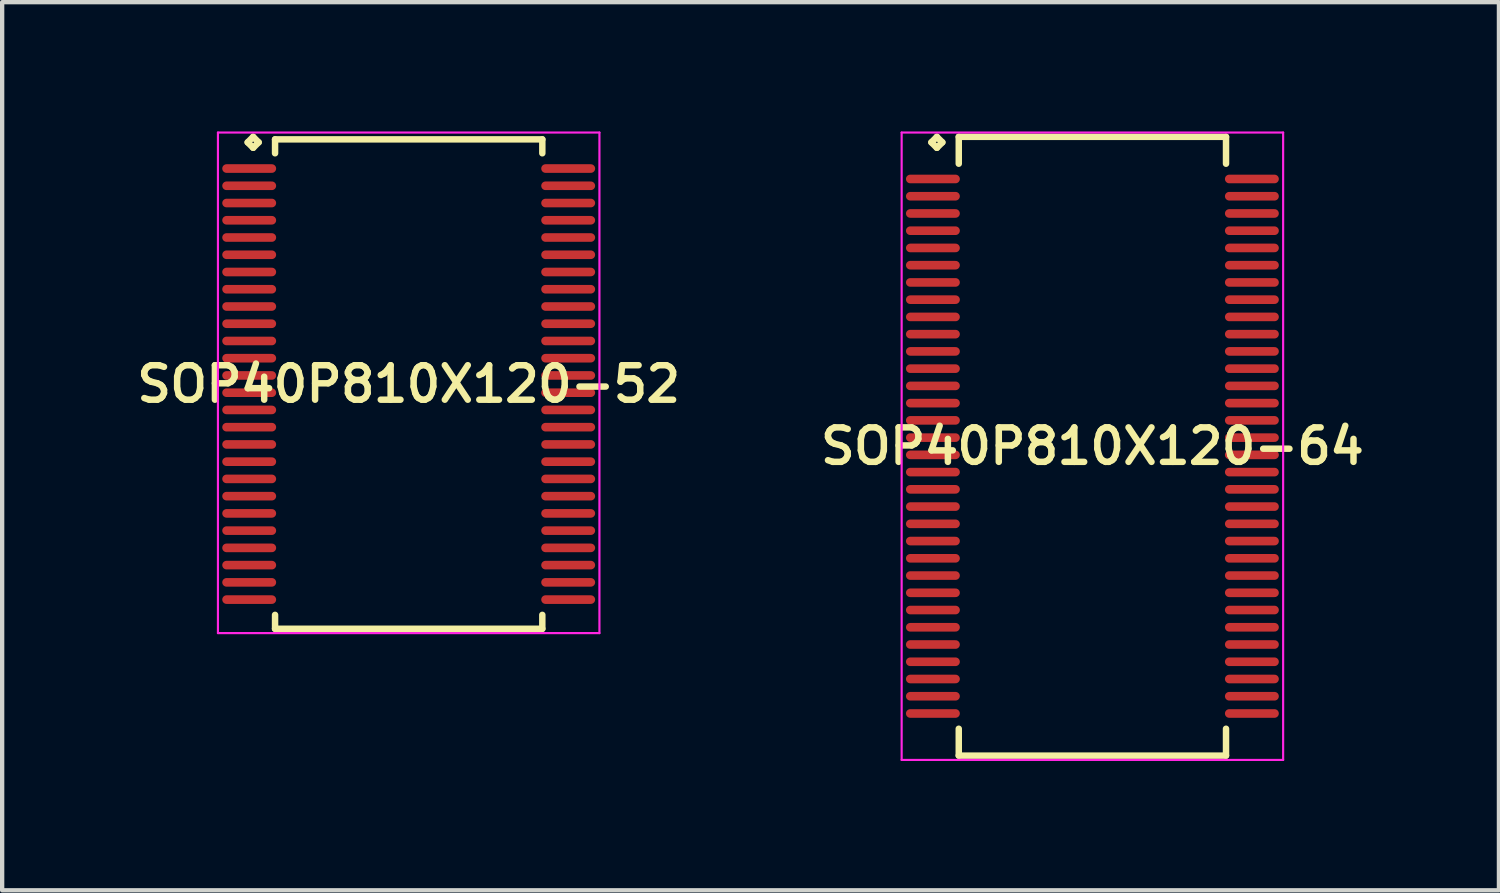
<source format=kicad_pcb>
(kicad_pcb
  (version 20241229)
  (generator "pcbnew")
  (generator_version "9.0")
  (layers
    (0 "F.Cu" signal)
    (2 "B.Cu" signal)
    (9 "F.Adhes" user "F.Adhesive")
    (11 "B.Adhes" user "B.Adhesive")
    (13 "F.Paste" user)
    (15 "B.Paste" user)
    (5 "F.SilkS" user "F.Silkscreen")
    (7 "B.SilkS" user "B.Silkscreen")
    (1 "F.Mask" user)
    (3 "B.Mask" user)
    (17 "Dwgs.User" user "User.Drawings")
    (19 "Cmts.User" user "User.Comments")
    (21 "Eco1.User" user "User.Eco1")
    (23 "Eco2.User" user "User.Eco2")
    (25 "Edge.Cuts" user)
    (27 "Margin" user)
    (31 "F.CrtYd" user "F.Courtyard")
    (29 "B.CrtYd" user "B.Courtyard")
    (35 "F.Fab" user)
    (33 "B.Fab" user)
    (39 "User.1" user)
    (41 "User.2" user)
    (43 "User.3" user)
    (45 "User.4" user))
  (footprint "SOP40P810X120-52"
    (layer "F.Cu")
    (at 6.431 5.86)
    (property "Reference" "SOP40P810X120-52" (at 0 0 0) (layer "F.SilkS") (effects (font (size 0.8 0.8) (thickness 0.15))))
    (attr smd)
    (fp_line (start -3.735 -5.608) (end -3.608 -5.735) (stroke (width 0.15) (type solid)) (layer "F.SilkS"))
    (fp_line (start -3.608 -5.735) (end -3.481 -5.608) (stroke (width 0.15) (type solid)) (layer "F.SilkS"))
    (fp_line (start -3.608 -5.481) (end -3.735 -5.608) (stroke (width 0.15) (type solid)) (layer "F.SilkS"))
    (fp_line (start -3.481 -5.608) (end -3.608 -5.481) (stroke (width 0.15) (type solid)) (layer "F.SilkS"))
    (fp_line (start -3.1 -5.677) (end 3.1 -5.677) (stroke (width 0.15) (type solid)) (layer "F.SilkS"))
    (fp_line (start -3.1 -5.354) (end -3.1 -5.677) (stroke (width 0.15) (type solid)) (layer "F.SilkS"))
    (fp_line (start -3.1 5.354) (end -3.1 5.677) (stroke (width 0.15) (type solid)) (layer "F.SilkS"))
    (fp_line (start -3.1 5.677) (end 3.1 5.677) (stroke (width 0.15) (type solid)) (layer "F.SilkS"))
    (fp_line (start 3.1 -5.677) (end 3.1 -5.354) (stroke (width 0.15) (type solid)) (layer "F.SilkS"))
    (fp_line (start 3.1 5.677) (end 3.1 5.354) (stroke (width 0.15) (type solid)) (layer "F.SilkS"))
    (fp_line (start -4.425 -5.835) (end 4.425 -5.835) (stroke (width 0.05) (type solid)) (layer "F.CrtYd"))
    (fp_line (start -4.425 5.777) (end -4.425 -5.835) (stroke (width 0.05) (type solid)) (layer "F.CrtYd"))
    (fp_line (start 4.425 -5.835) (end 4.425 5.777) (stroke (width 0.05) (type solid)) (layer "F.CrtYd"))
    (fp_line (start 4.425 5.777) (end -4.425 5.777) (stroke (width 0.05) (type solid)) (layer "F.CrtYd"))
    (pad "1" smd oval (at -3.7 -5) (size 1.25 0.2) (layers "F.Cu" "F.Mask" "F.Paste"))
    (pad "2" smd oval (at -3.7 -4.6) (size 1.25 0.2) (layers "F.Cu" "F.Mask" "F.Paste"))
    (pad "3" smd oval (at -3.7 -4.2) (size 1.25 0.2) (layers "F.Cu" "F.Mask" "F.Paste"))
    (pad "4" smd oval (at -3.7 -3.8) (size 1.25 0.2) (layers "F.Cu" "F.Mask" "F.Paste"))
    (pad "5" smd oval (at -3.7 -3.4) (size 1.25 0.2) (layers "F.Cu" "F.Mask" "F.Paste"))
    (pad "6" smd oval (at -3.7 -3) (size 1.25 0.2) (layers "F.Cu" "F.Mask" "F.Paste"))
    (pad "7" smd oval (at -3.7 -2.6) (size 1.25 0.2) (layers "F.Cu" "F.Mask" "F.Paste"))
    (pad "8" smd oval (at -3.7 -2.2) (size 1.25 0.2) (layers "F.Cu" "F.Mask" "F.Paste"))
    (pad "9" smd oval (at -3.7 -1.8) (size 1.25 0.2) (layers "F.Cu" "F.Mask" "F.Paste"))
    (pad "10" smd oval (at -3.7 -1.4) (size 1.25 0.2) (layers "F.Cu" "F.Mask" "F.Paste"))
    (pad "11" smd oval (at -3.7 -1) (size 1.25 0.2) (layers "F.Cu" "F.Mask" "F.Paste"))
    (pad "12" smd oval (at -3.7 -0.6) (size 1.25 0.2) (layers "F.Cu" "F.Mask" "F.Paste"))
    (pad "13" smd oval (at -3.7 -0.2) (size 1.25 0.2) (layers "F.Cu" "F.Mask" "F.Paste"))
    (pad "14" smd oval (at -3.7 0.2) (size 1.25 0.2) (layers "F.Cu" "F.Mask" "F.Paste"))
    (pad "15" smd oval (at -3.7 0.6) (size 1.25 0.2) (layers "F.Cu" "F.Mask" "F.Paste"))
    (pad "16" smd oval (at -3.7 1) (size 1.25 0.2) (layers "F.Cu" "F.Mask" "F.Paste"))
    (pad "17" smd oval (at -3.7 1.4) (size 1.25 0.2) (layers "F.Cu" "F.Mask" "F.Paste"))
    (pad "18" smd oval (at -3.7 1.8) (size 1.25 0.2) (layers "F.Cu" "F.Mask" "F.Paste"))
    (pad "19" smd oval (at -3.7 2.2) (size 1.25 0.2) (layers "F.Cu" "F.Mask" "F.Paste"))
    (pad "20" smd oval (at -3.7 2.6) (size 1.25 0.2) (layers "F.Cu" "F.Mask" "F.Paste"))
    (pad "21" smd oval (at -3.7 3) (size 1.25 0.2) (layers "F.Cu" "F.Mask" "F.Paste"))
    (pad "22" smd oval (at -3.7 3.4) (size 1.25 0.2) (layers "F.Cu" "F.Mask" "F.Paste"))
    (pad "23" smd oval (at -3.7 3.8) (size 1.25 0.2) (layers "F.Cu" "F.Mask" "F.Paste"))
    (pad "24" smd oval (at -3.7 4.2) (size 1.25 0.2) (layers "F.Cu" "F.Mask" "F.Paste"))
    (pad "25" smd oval (at -3.7 4.6) (size 1.25 0.2) (layers "F.Cu" "F.Mask" "F.Paste"))
    (pad "26" smd oval (at -3.7 5) (size 1.25 0.2) (layers "F.Cu" "F.Mask" "F.Paste"))
    (pad "27" smd oval (at 3.7 5) (size 1.25 0.2) (layers "F.Cu" "F.Mask" "F.Paste"))
    (pad "28" smd oval (at 3.7 4.6) (size 1.25 0.2) (layers "F.Cu" "F.Mask" "F.Paste"))
    (pad "29" smd oval (at 3.7 4.2) (size 1.25 0.2) (layers "F.Cu" "F.Mask" "F.Paste"))
    (pad "30" smd oval (at 3.7 3.8) (size 1.25 0.2) (layers "F.Cu" "F.Mask" "F.Paste"))
    (pad "31" smd oval (at 3.7 3.4) (size 1.25 0.2) (layers "F.Cu" "F.Mask" "F.Paste"))
    (pad "32" smd oval (at 3.7 3) (size 1.25 0.2) (layers "F.Cu" "F.Mask" "F.Paste"))
    (pad "33" smd oval (at 3.7 2.6) (size 1.25 0.2) (layers "F.Cu" "F.Mask" "F.Paste"))
    (pad "34" smd oval (at 3.7 2.2) (size 1.25 0.2) (layers "F.Cu" "F.Mask" "F.Paste"))
    (pad "35" smd oval (at 3.7 1.8) (size 1.25 0.2) (layers "F.Cu" "F.Mask" "F.Paste"))
    (pad "36" smd oval (at 3.7 1.4) (size 1.25 0.2) (layers "F.Cu" "F.Mask" "F.Paste"))
    (pad "37" smd oval (at 3.7 1) (size 1.25 0.2) (layers "F.Cu" "F.Mask" "F.Paste"))
    (pad "38" smd oval (at 3.7 0.6) (size 1.25 0.2) (layers "F.Cu" "F.Mask" "F.Paste"))
    (pad "39" smd oval (at 3.7 0.2) (size 1.25 0.2) (layers "F.Cu" "F.Mask" "F.Paste"))
    (pad "40" smd oval (at 3.7 -0.2) (size 1.25 0.2) (layers "F.Cu" "F.Mask" "F.Paste"))
    (pad "41" smd oval (at 3.7 -0.6) (size 1.25 0.2) (layers "F.Cu" "F.Mask" "F.Paste"))
    (pad "42" smd oval (at 3.7 -1) (size 1.25 0.2) (layers "F.Cu" "F.Mask" "F.Paste"))
    (pad "43" smd oval (at 3.7 -1.4) (size 1.25 0.2) (layers "F.Cu" "F.Mask" "F.Paste"))
    (pad "44" smd oval (at 3.7 -1.8) (size 1.25 0.2) (layers "F.Cu" "F.Mask" "F.Paste"))
    (pad "45" smd oval (at 3.7 -2.2) (size 1.25 0.2) (layers "F.Cu" "F.Mask" "F.Paste"))
    (pad "46" smd oval (at 3.7 -2.6) (size 1.25 0.2) (layers "F.Cu" "F.Mask" "F.Paste"))
    (pad "47" smd oval (at 3.7 -3) (size 1.25 0.2) (layers "F.Cu" "F.Mask" "F.Paste"))
    (pad "48" smd oval (at 3.7 -3.4) (size 1.25 0.2) (layers "F.Cu" "F.Mask" "F.Paste"))
    (pad "49" smd oval (at 3.7 -3.8) (size 1.25 0.2) (layers "F.Cu" "F.Mask" "F.Paste"))
    (pad "50" smd oval (at 3.7 -4.2) (size 1.25 0.2) (layers "F.Cu" "F.Mask" "F.Paste"))
    (pad "51" smd oval (at 3.7 -4.6) (size 1.25 0.2) (layers "F.Cu" "F.Mask" "F.Paste"))
    (pad "52" smd oval (at 3.7 -5) (size 1.25 0.2) (layers "F.Cu" "F.Mask" "F.Paste")))
  (footprint "SOP40P810X120-64"
    (layer "F.Cu")
    (at 22.292 7.302)
    (property "Reference" "SOP40P810X120-64" (at 0 0 0) (layer "F.SilkS") (effects (font (size 0.8 0.8) (thickness 0.15))))
    (attr smd)
    (fp_line (start -3.735 -7.05) (end -3.608 -7.177) (stroke (width 0.15) (type solid)) (layer "F.SilkS"))
    (fp_line (start -3.608 -7.177) (end -3.481 -7.05) (stroke (width 0.15) (type solid)) (layer "F.SilkS"))
    (fp_line (start -3.608 -6.923) (end -3.735 -7.05) (stroke (width 0.15) (type solid)) (layer "F.SilkS"))
    (fp_line (start -3.481 -7.05) (end -3.608 -6.923) (stroke (width 0.15) (type solid)) (layer "F.SilkS"))
    (fp_line (start -3.1 -7.177) (end 3.1 -7.177) (stroke (width 0.15) (type solid)) (layer "F.SilkS"))
    (fp_line (start -3.1 -6.554) (end -3.1 -7.177) (stroke (width 0.15) (type solid)) (layer "F.SilkS"))
    (fp_line (start -3.1 6.554) (end -3.1 7.177) (stroke (width 0.15) (type solid)) (layer "F.SilkS"))
    (fp_line (start -3.1 7.177) (end 3.1 7.177) (stroke (width 0.15) (type solid)) (layer "F.SilkS"))
    (fp_line (start 3.1 -7.177) (end 3.1 -6.554) (stroke (width 0.15) (type solid)) (layer "F.SilkS"))
    (fp_line (start 3.1 7.177) (end 3.1 6.554) (stroke (width 0.15) (type solid)) (layer "F.SilkS"))
    (fp_line (start -4.425 -7.277) (end 4.425 -7.277) (stroke (width 0.05) (type solid)) (layer "F.CrtYd"))
    (fp_line (start -4.425 7.277) (end -4.425 -7.277) (stroke (width 0.05) (type solid)) (layer "F.CrtYd"))
    (fp_line (start 4.425 -7.277) (end 4.425 7.277) (stroke (width 0.05) (type solid)) (layer "F.CrtYd"))
    (fp_line (start 4.425 7.277) (end -4.425 7.277) (stroke (width 0.05) (type solid)) (layer "F.CrtYd"))
    (pad "1" smd oval (at -3.7 -6.2) (size 1.25 0.2) (layers "F.Cu" "F.Mask" "F.Paste"))
    (pad "2" smd oval (at -3.7 -5.8) (size 1.25 0.2) (layers "F.Cu" "F.Mask" "F.Paste"))
    (pad "3" smd oval (at -3.7 -5.4) (size 1.25 0.2) (layers "F.Cu" "F.Mask" "F.Paste"))
    (pad "4" smd oval (at -3.7 -5) (size 1.25 0.2) (layers "F.Cu" "F.Mask" "F.Paste"))
    (pad "5" smd oval (at -3.7 -4.6) (size 1.25 0.2) (layers "F.Cu" "F.Mask" "F.Paste"))
    (pad "6" smd oval (at -3.7 -4.2) (size 1.25 0.2) (layers "F.Cu" "F.Mask" "F.Paste"))
    (pad "7" smd oval (at -3.7 -3.8) (size 1.25 0.2) (layers "F.Cu" "F.Mask" "F.Paste"))
    (pad "8" smd oval (at -3.7 -3.4) (size 1.25 0.2) (layers "F.Cu" "F.Mask" "F.Paste"))
    (pad "9" smd oval (at -3.7 -3) (size 1.25 0.2) (layers "F.Cu" "F.Mask" "F.Paste"))
    (pad "10" smd oval (at -3.7 -2.6) (size 1.25 0.2) (layers "F.Cu" "F.Mask" "F.Paste"))
    (pad "11" smd oval (at -3.7 -2.2) (size 1.25 0.2) (layers "F.Cu" "F.Mask" "F.Paste"))
    (pad "12" smd oval (at -3.7 -1.8) (size 1.25 0.2) (layers "F.Cu" "F.Mask" "F.Paste"))
    (pad "13" smd oval (at -3.7 -1.4) (size 1.25 0.2) (layers "F.Cu" "F.Mask" "F.Paste"))
    (pad "14" smd oval (at -3.7 -1) (size 1.25 0.2) (layers "F.Cu" "F.Mask" "F.Paste"))
    (pad "15" smd oval (at -3.7 -0.6) (size 1.25 0.2) (layers "F.Cu" "F.Mask" "F.Paste"))
    (pad "16" smd oval (at -3.7 -0.2) (size 1.25 0.2) (layers "F.Cu" "F.Mask" "F.Paste"))
    (pad "17" smd oval (at -3.7 0.2) (size 1.25 0.2) (layers "F.Cu" "F.Mask" "F.Paste"))
    (pad "18" smd oval (at -3.7 0.6) (size 1.25 0.2) (layers "F.Cu" "F.Mask" "F.Paste"))
    (pad "19" smd oval (at -3.7 1) (size 1.25 0.2) (layers "F.Cu" "F.Mask" "F.Paste"))
    (pad "20" smd oval (at -3.7 1.4) (size 1.25 0.2) (layers "F.Cu" "F.Mask" "F.Paste"))
    (pad "21" smd oval (at -3.7 1.8) (size 1.25 0.2) (layers "F.Cu" "F.Mask" "F.Paste"))
    (pad "22" smd oval (at -3.7 2.2) (size 1.25 0.2) (layers "F.Cu" "F.Mask" "F.Paste"))
    (pad "23" smd oval (at -3.7 2.6) (size 1.25 0.2) (layers "F.Cu" "F.Mask" "F.Paste"))
    (pad "24" smd oval (at -3.7 3) (size 1.25 0.2) (layers "F.Cu" "F.Mask" "F.Paste"))
    (pad "25" smd oval (at -3.7 3.4) (size 1.25 0.2) (layers "F.Cu" "F.Mask" "F.Paste"))
    (pad "26" smd oval (at -3.7 3.8) (size 1.25 0.2) (layers "F.Cu" "F.Mask" "F.Paste"))
    (pad "27" smd oval (at -3.7 4.2) (size 1.25 0.2) (layers "F.Cu" "F.Mask" "F.Paste"))
    (pad "28" smd oval (at -3.7 4.6) (size 1.25 0.2) (layers "F.Cu" "F.Mask" "F.Paste"))
    (pad "29" smd oval (at -3.7 5) (size 1.25 0.2) (layers "F.Cu" "F.Mask" "F.Paste"))
    (pad "30" smd oval (at -3.7 5.4) (size 1.25 0.2) (layers "F.Cu" "F.Mask" "F.Paste"))
    (pad "31" smd oval (at -3.7 5.8) (size 1.25 0.2) (layers "F.Cu" "F.Mask" "F.Paste"))
    (pad "32" smd oval (at -3.7 6.2) (size 1.25 0.2) (layers "F.Cu" "F.Mask" "F.Paste"))
    (pad "33" smd oval (at 3.7 6.2) (size 1.25 0.2) (layers "F.Cu" "F.Mask" "F.Paste"))
    (pad "34" smd oval (at 3.7 5.8) (size 1.25 0.2) (layers "F.Cu" "F.Mask" "F.Paste"))
    (pad "35" smd oval (at 3.7 5.4) (size 1.25 0.2) (layers "F.Cu" "F.Mask" "F.Paste"))
    (pad "36" smd oval (at 3.7 5) (size 1.25 0.2) (layers "F.Cu" "F.Mask" "F.Paste"))
    (pad "37" smd oval (at 3.7 4.6) (size 1.25 0.2) (layers "F.Cu" "F.Mask" "F.Paste"))
    (pad "38" smd oval (at 3.7 4.2) (size 1.25 0.2) (layers "F.Cu" "F.Mask" "F.Paste"))
    (pad "39" smd oval (at 3.7 3.8) (size 1.25 0.2) (layers "F.Cu" "F.Mask" "F.Paste"))
    (pad "40" smd oval (at 3.7 3.4) (size 1.25 0.2) (layers "F.Cu" "F.Mask" "F.Paste"))
    (pad "41" smd oval (at 3.7 3) (size 1.25 0.2) (layers "F.Cu" "F.Mask" "F.Paste"))
    (pad "42" smd oval (at 3.7 2.6) (size 1.25 0.2) (layers "F.Cu" "F.Mask" "F.Paste"))
    (pad "43" smd oval (at 3.7 2.2) (size 1.25 0.2) (layers "F.Cu" "F.Mask" "F.Paste"))
    (pad "44" smd oval (at 3.7 1.8) (size 1.25 0.2) (layers "F.Cu" "F.Mask" "F.Paste"))
    (pad "45" smd oval (at 3.7 1.4) (size 1.25 0.2) (layers "F.Cu" "F.Mask" "F.Paste"))
    (pad "46" smd oval (at 3.7 1) (size 1.25 0.2) (layers "F.Cu" "F.Mask" "F.Paste"))
    (pad "47" smd oval (at 3.7 0.6) (size 1.25 0.2) (layers "F.Cu" "F.Mask" "F.Paste"))
    (pad "48" smd oval (at 3.7 0.2) (size 1.25 0.2) (layers "F.Cu" "F.Mask" "F.Paste"))
    (pad "49" smd oval (at 3.7 -0.2) (size 1.25 0.2) (layers "F.Cu" "F.Mask" "F.Paste"))
    (pad "50" smd oval (at 3.7 -0.6) (size 1.25 0.2) (layers "F.Cu" "F.Mask" "F.Paste"))
    (pad "51" smd oval (at 3.7 -1) (size 1.25 0.2) (layers "F.Cu" "F.Mask" "F.Paste"))
    (pad "52" smd oval (at 3.7 -1.4) (size 1.25 0.2) (layers "F.Cu" "F.Mask" "F.Paste"))
    (pad "53" smd oval (at 3.7 -1.8) (size 1.25 0.2) (layers "F.Cu" "F.Mask" "F.Paste"))
    (pad "54" smd oval (at 3.7 -2.2) (size 1.25 0.2) (layers "F.Cu" "F.Mask" "F.Paste"))
    (pad "55" smd oval (at 3.7 -2.6) (size 1.25 0.2) (layers "F.Cu" "F.Mask" "F.Paste"))
    (pad "56" smd oval (at 3.7 -3) (size 1.25 0.2) (layers "F.Cu" "F.Mask" "F.Paste"))
    (pad "57" smd oval (at 3.7 -3.4) (size 1.25 0.2) (layers "F.Cu" "F.Mask" "F.Paste"))
    (pad "58" smd oval (at 3.7 -3.8) (size 1.25 0.2) (layers "F.Cu" "F.Mask" "F.Paste"))
    (pad "59" smd oval (at 3.7 -4.2) (size 1.25 0.2) (layers "F.Cu" "F.Mask" "F.Paste"))
    (pad "60" smd oval (at 3.7 -4.6) (size 1.25 0.2) (layers "F.Cu" "F.Mask" "F.Paste"))
    (pad "61" smd oval (at 3.7 -5) (size 1.25 0.2) (layers "F.Cu" "F.Mask" "F.Paste"))
    (pad "62" smd oval (at 3.7 -5.4) (size 1.25 0.2) (layers "F.Cu" "F.Mask" "F.Paste"))
    (pad "63" smd oval (at 3.7 -5.8) (size 1.25 0.2) (layers "F.Cu" "F.Mask" "F.Paste"))
    (pad "64" smd oval (at 3.7 -6.2) (size 1.25 0.2) (layers "F.Cu" "F.Mask" "F.Paste")))
  (gr_rect
    (start -3 -3)
    (end 31.723 17.604)
    (stroke (width 0.1) (type default))
    (fill no)
    (layer "Edge.Cuts")))
</source>
